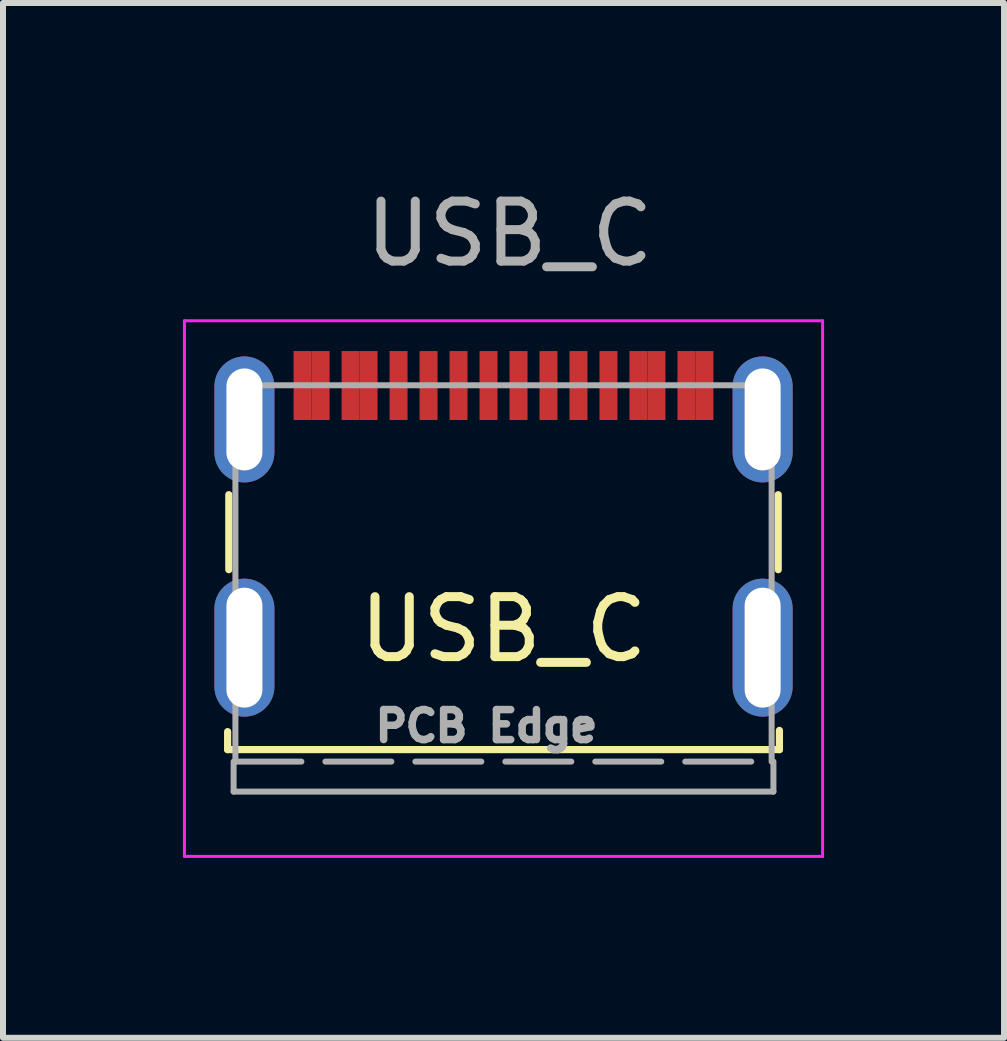
<source format=kicad_pcb>
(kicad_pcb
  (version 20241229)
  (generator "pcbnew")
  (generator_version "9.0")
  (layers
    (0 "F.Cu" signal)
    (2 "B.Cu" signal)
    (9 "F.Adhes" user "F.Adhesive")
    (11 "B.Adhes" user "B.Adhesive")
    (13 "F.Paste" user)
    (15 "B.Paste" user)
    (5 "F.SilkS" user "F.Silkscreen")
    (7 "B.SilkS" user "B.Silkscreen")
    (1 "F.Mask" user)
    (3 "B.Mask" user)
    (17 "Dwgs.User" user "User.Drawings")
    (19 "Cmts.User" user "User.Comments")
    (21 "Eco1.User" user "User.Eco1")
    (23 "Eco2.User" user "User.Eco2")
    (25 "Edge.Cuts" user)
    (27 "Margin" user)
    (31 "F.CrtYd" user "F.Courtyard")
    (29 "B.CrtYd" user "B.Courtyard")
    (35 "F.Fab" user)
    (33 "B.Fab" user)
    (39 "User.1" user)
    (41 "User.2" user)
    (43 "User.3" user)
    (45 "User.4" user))
  (footprint "USB_C"
    (layer "F.Cu")
    (at 5.345 7.048)
    (property "Reference" "USB_C" (at 0 0.395 0) (layer "F.SilkS") (effects (font (size 1 1) (thickness 0.15))))
    (attr smd)
    (fp_line (start -4.6 2.4) (end -4.6 2.1) (stroke (width 0.12) (type solid)) (layer "F.SilkS"))
    (fp_line (start -4.58 -1.85) (end -4.58 -0.6) (stroke (width 0.12) (type solid)) (layer "F.SilkS"))
    (fp_line (start 4.58 -0.6) (end 4.58 -1.85) (stroke (width 0.12) (type solid)) (layer "F.SilkS"))
    (fp_line (start 4.6 2.08) (end 4.6 2.4) (stroke (width 0.12) (type solid)) (layer "F.SilkS"))
    (fp_line (start 4.6 2.4) (end -4.6 2.4) (stroke (width 0.12) (type solid)) (layer "F.SilkS"))
    (fp_line (start -5.32 -4.75) (end 5.32 -4.75) (stroke (width 0.05) (type solid)) (layer "F.CrtYd"))
    (fp_line (start -5.32 4.18) (end -5.32 -4.75) (stroke (width 0.05) (type solid)) (layer "F.CrtYd"))
    (fp_line (start 5.32 -4.75) (end 5.32 4.18) (stroke (width 0.05) (type solid)) (layer "F.CrtYd"))
    (fp_line (start 5.32 4.18) (end -5.32 4.18) (stroke (width 0.05) (type solid)) (layer "F.CrtYd"))
    (fp_line (start -4.5 3.1) (end -4.5 2.6) (stroke (width 0.1) (type default)) (layer "F.Fab"))
    (fp_line (start -4.47 -3.675) (end -4.47 2.6) (stroke (width 0.1) (type solid)) (layer "F.Fab"))
    (fp_line (start -4.47 -3.675) (end 4.47 -3.675) (stroke (width 0.1) (type solid)) (layer "F.Fab"))
    (fp_line (start -4.47 2.6) (end 4.47 2.6) (stroke (width 0.1) (type dash)) (layer "F.Fab"))
    (fp_line (start 4.47 2.6) (end 4.47 -3.675) (stroke (width 0.1) (type solid)) (layer "F.Fab"))
    (fp_line (start 4.5 2.6) (end 4.5 3.1) (stroke (width 0.1) (type default)) (layer "F.Fab"))
    (fp_line (start 4.5 3.1) (end -4.5 3.1) (stroke (width 0.1) (type default)) (layer "F.Fab"))
    (fp_line (start 4.3 0.7) (end 4.3 2.6) (stroke (width 0.12) (type default)) (layer "User.2"))
    (fp_text user "PCB Edge" (at -2.2 2.3 0) (unlocked yes) (layer "F.Fab") (effects (font (size 0.5 0.5) (thickness 0.125)) (justify left bottom)))
    (fp_text user "${REFERENCE}" (at 0.1 -6.2 0) (layer "F.Fab") (effects (font (size 1 1) (thickness 0.15))))
    (pad "A1" smd rect (at -3.35 -3.67) (size 0.3 1.15) (layers "F.Cu" "F.Mask" "F.Paste"))
    (pad "A4" smd rect (at -2.55 -3.67) (size 0.3 1.15) (layers "F.Cu" "F.Mask" "F.Paste"))
    (pad "A5" smd rect (at -1.25 -3.67) (size 0.3 1.15) (layers "F.Cu" "F.Mask" "F.Paste"))
    (pad "A6" smd rect (at -0.25 -3.67) (size 0.3 1.15) (layers "F.Cu" "F.Mask" "F.Paste"))
    (pad "A7" smd rect (at 0.25 -3.67) (size 0.3 1.15) (layers "F.Cu" "F.Mask" "F.Paste"))
    (pad "A8" smd rect (at 1.25 -3.67) (size 0.3 1.15) (layers "F.Cu" "F.Mask" "F.Paste"))
    (pad "A9" smd rect (at 2.55 -3.67) (size 0.3 1.15) (layers "F.Cu" "F.Mask" "F.Paste"))
    (pad "A12" smd rect (at 3.35 -3.67) (size 0.3 1.15) (layers "F.Cu" "F.Mask" "F.Paste"))
    (pad "B1" smd rect (at 3.05 -3.67) (size 0.3 1.15) (layers "F.Cu" "F.Mask" "F.Paste"))
    (pad "B4" smd rect (at 2.25 -3.67) (size 0.3 1.15) (layers "F.Cu" "F.Mask" "F.Paste"))
    (pad "B5" smd rect (at 1.75 -3.67) (size 0.3 1.15) (layers "F.Cu" "F.Mask" "F.Paste"))
    (pad "B6" smd rect (at 0.75 -3.67) (size 0.3 1.15) (layers "F.Cu" "F.Mask" "F.Paste"))
    (pad "B7" smd rect (at -0.75 -3.67) (size 0.3 1.15) (layers "F.Cu" "F.Mask" "F.Paste"))
    (pad "B8" smd rect (at -1.75 -3.67) (size 0.3 1.15) (layers "F.Cu" "F.Mask" "F.Paste"))
    (pad "B9" smd rect (at -2.25 -3.67) (size 0.3 1.15) (layers "F.Cu" "F.Mask" "F.Paste"))
    (pad "B12" smd rect (at -3.05 -3.67) (size 0.3 1.15) (layers "F.Cu" "F.Mask" "F.Paste"))
    (pad "S1" thru_hole oval (at -4.32 -3.105) (size 1 2.1) (drill oval 0.6 1.7) (layers "*.Cu" "*.Mask"))
    (pad "S1" thru_hole oval (at -4.32 0.7) (size 1 2.3) (drill oval 0.6 2) (layers "*.Cu" "*.Mask"))
    (pad "S1" thru_hole oval (at 4.32 -3.105) (size 1 2.1) (drill oval 0.6 1.7) (layers "*.Cu" "*.Mask"))
    (pad "S1" thru_hole oval (at 4.32 0.7) (size 1 2.3) (drill oval 0.6 2) (layers "*.Cu" "*.Mask")))
  (gr_rect
    (start -3 -3)
    (end 13.69 14.253)
    (stroke (width 0.1) (type default))
    (fill no)
    (layer "Edge.Cuts")))
</source>
